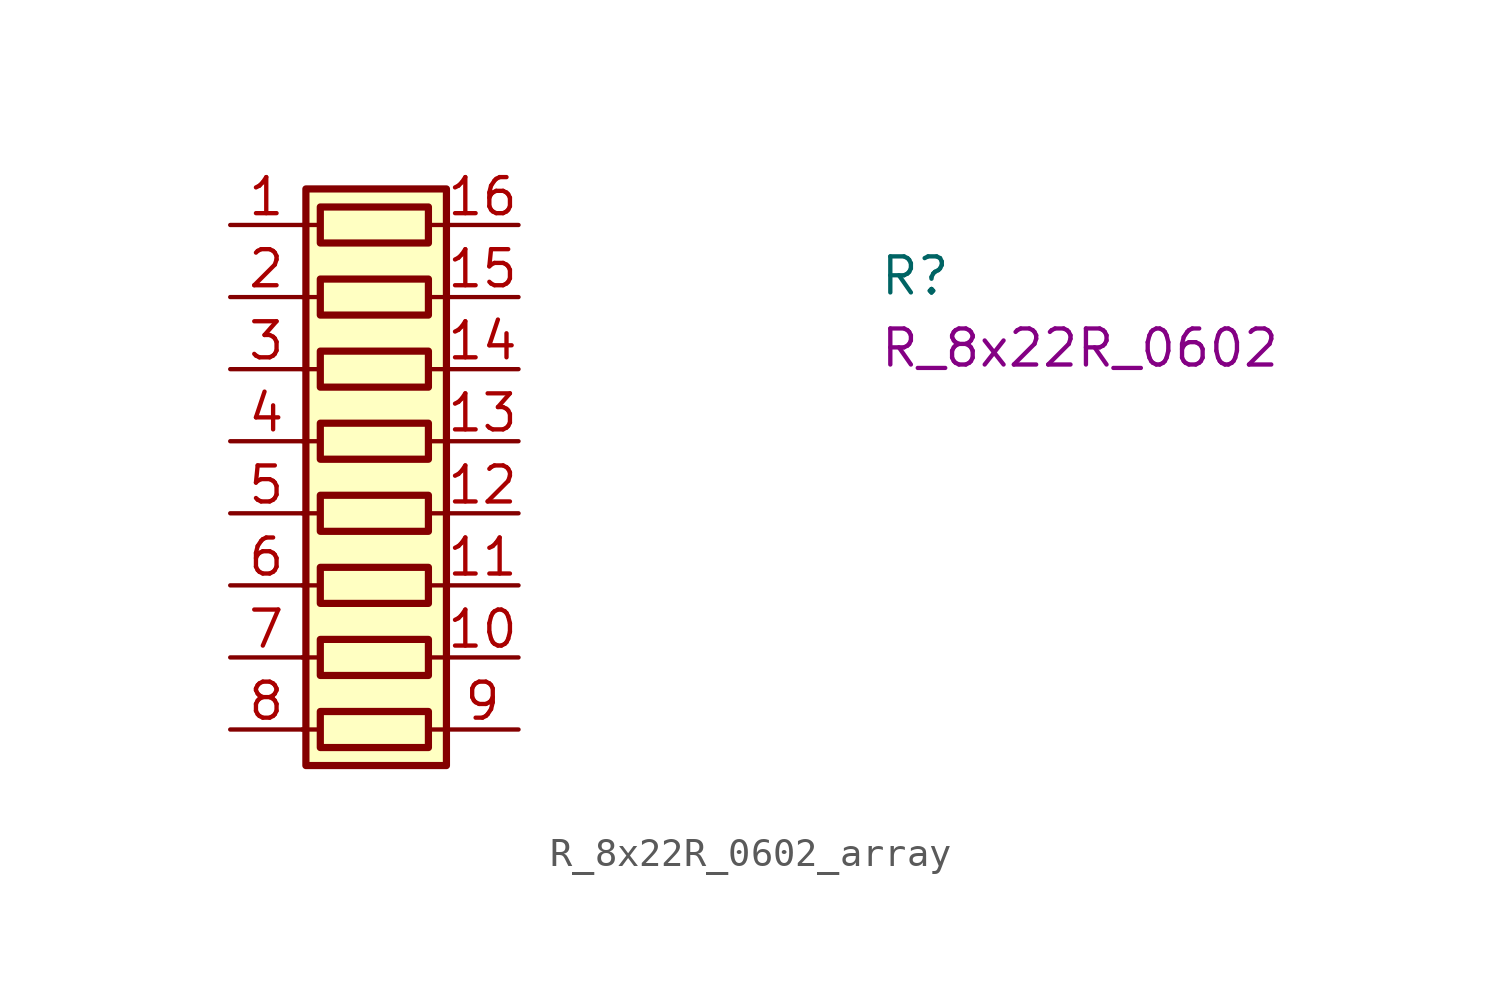
<source format=kicad_sym>
(kicad_symbol_lib
  (version 20220914)
  (generator kicad_symbol_editor)
  (symbol "R_8x22R_0602_array"
    (property "Reference" "R"
      (at 22.86 -2.54 0)
      (effects (font (size 1.27 1.27)) (justify left bottom)))
    (property "Val" "R_8x22R_0602"
      (at 22.86 -5.08 0)
      (effects (font (size 1.27 1.27)) (justify left bottom)))
    (symbol "R_8x22R_0602_array_0_1"
      (polyline (pts (xy 2.54 -17.78) (xy 3.175 -17.78)) (stroke (width 0) (type default)) (fill (type none)))
      (polyline (pts (xy 2.54 -15.24) (xy 3.175 -15.24)) (stroke (width 0) (type default)) (fill (type none)))
      (polyline (pts (xy 2.54 -12.7) (xy 3.175 -12.7)) (stroke (width 0) (type default)) (fill (type none)))
      (polyline (pts (xy 2.54 -10.16) (xy 3.175 -10.16)) (stroke (width 0) (type default)) (fill (type none)))
      (polyline (pts (xy 2.54 -7.62) (xy 3.175 -7.62)) (stroke (width 0) (type default)) (fill (type none)))
      (polyline (pts (xy 2.54 -5.08) (xy 3.175 -5.08)) (stroke (width 0) (type default)) (fill (type none)))
      (polyline (pts (xy 2.54 -2.54) (xy 3.175 -2.54)) (stroke (width 0) (type default)) (fill (type none)))
      (polyline (pts (xy 2.54 0) (xy 3.175 0)) (stroke (width 0) (type default)) (fill (type none)))
      (polyline (pts (xy 6.985 -17.78) (xy 7.62 -17.78)) (stroke (width 0) (type default)) (fill (type none)))
      (polyline (pts (xy 6.985 -15.24) (xy 7.62 -15.24)) (stroke (width 0) (type default)) (fill (type none)))
      (polyline (pts (xy 6.985 -12.7) (xy 7.62 -12.7)) (stroke (width 0) (type default)) (fill (type none)))
      (polyline (pts (xy 6.985 -10.16) (xy 7.62 -10.16)) (stroke (width 0) (type default)) (fill (type none)))
      (polyline (pts (xy 6.985 -7.62) (xy 7.62 -7.62)) (stroke (width 0) (type default)) (fill (type none)))
      (polyline (pts (xy 6.985 -5.08) (xy 7.62 -5.08)) (stroke (width 0) (type default)) (fill (type none)))
      (polyline (pts (xy 6.985 -2.54) (xy 7.62 -2.54)) (stroke (width 0) (type default)) (fill (type none)))
      (polyline (pts (xy 6.985 0) (xy 7.62 0)) (stroke (width 0) (type default)) (fill (type none)))
      (rectangle (start 2.667 1.27) (end 7.62 -19.05) (stroke (width 0.254) (type default)) (fill (type background)))
      (rectangle (start 6.985 -17.145) (end 3.175 -18.415) (stroke (width 0.254) (type default)) (fill (type none)))
      (rectangle (start 6.985 -14.605) (end 3.175 -15.875) (stroke (width 0.254) (type default)) (fill (type none)))
      (rectangle (start 6.985 -12.065) (end 3.175 -13.335) (stroke (width 0.254) (type default)) (fill (type none)))
      (rectangle (start 6.985 -9.525) (end 3.175 -10.795) (stroke (width 0.254) (type default)) (fill (type none)))
      (rectangle (start 6.985 -6.985) (end 3.175 -8.255) (stroke (width 0.254) (type default)) (fill (type none)))
      (rectangle (start 6.985 -4.445) (end 3.175 -5.715) (stroke (width 0.254) (type default)) (fill (type none)))
      (rectangle (start 6.985 -1.905) (end 3.175 -3.175) (stroke (width 0.254) (type default)) (fill (type none)))
      (rectangle (start 6.985 0.635) (end 3.175 -0.635) (stroke (width 0.254) (type default)) (fill (type none))))
    (symbol "R_8x22R_0602_array_1_1"
      (pin passive line (at 0 0 0) (length 2.54) (name "~" (effects (font (size 1.27 1.27)))) (number "1" (effects (font (size 1.27 1.27)))))
      (pin passive line (at 10.16 -15.24 180) (length 2.54) (name "~" (effects (font (size 1.27 1.27)))) (number "10" (effects (font (size 1.27 1.27)))))
      (pin passive line (at 10.16 -12.7 180) (length 2.54) (name "~" (effects (font (size 1.27 1.27)))) (number "11" (effects (font (size 1.27 1.27)))))
      (pin passive line (at 10.16 -10.16 180) (length 2.54) (name "~" (effects (font (size 1.27 1.27)))) (number "12" (effects (font (size 1.27 1.27)))))
      (pin passive line (at 10.16 -7.62 180) (length 2.54) (name "~" (effects (font (size 1.27 1.27)))) (number "13" (effects (font (size 1.27 1.27)))))
      (pin passive line (at 10.16 -5.08 180) (length 2.54) (name "~" (effects (font (size 1.27 1.27)))) (number "14" (effects (font (size 1.27 1.27)))))
      (pin passive line (at 10.16 -2.54 180) (length 2.54) (name "~" (effects (font (size 1.27 1.27)))) (number "15" (effects (font (size 1.27 1.27)))))
      (pin passive line (at 10.16 0 180) (length 2.54) (name "~" (effects (font (size 1.27 1.27)))) (number "16" (effects (font (size 1.27 1.27)))))
      (pin passive line (at 0 -2.54 0) (length 2.54) (name "~" (effects (font (size 1.27 1.27)))) (number "2" (effects (font (size 1.27 1.27)))))
      (pin passive line (at 0 -5.08 0) (length 2.54) (name "~" (effects (font (size 1.27 1.27)))) (number "3" (effects (font (size 1.27 1.27)))))
      (pin passive line (at 0 -7.62 0) (length 2.54) (name "~" (effects (font (size 1.27 1.27)))) (number "4" (effects (font (size 1.27 1.27)))))
      (pin passive line (at 0 -10.16 0) (length 2.54) (name "~" (effects (font (size 1.27 1.27)))) (number "5" (effects (font (size 1.27 1.27)))))
      (pin passive line (at 0 -12.7 0) (length 2.54) (name "~" (effects (font (size 1.27 1.27)))) (number "6" (effects (font (size 1.27 1.27)))))
      (pin passive line (at 0 -15.24 0) (length 2.54) (name "~" (effects (font (size 1.27 1.27)))) (number "7" (effects (font (size 1.27 1.27)))))
      (pin passive line (at 0 -17.78 0) (length 2.54) (name "~" (effects (font (size 1.27 1.27)))) (number "8" (effects (font (size 1.27 1.27)))))
      (pin passive line (at 10.16 -17.78 180) (length 2.54) (name "~" (effects (font (size 1.27 1.27)))) (number "9" (effects (font (size 1.27 1.27))))))))
</source>
